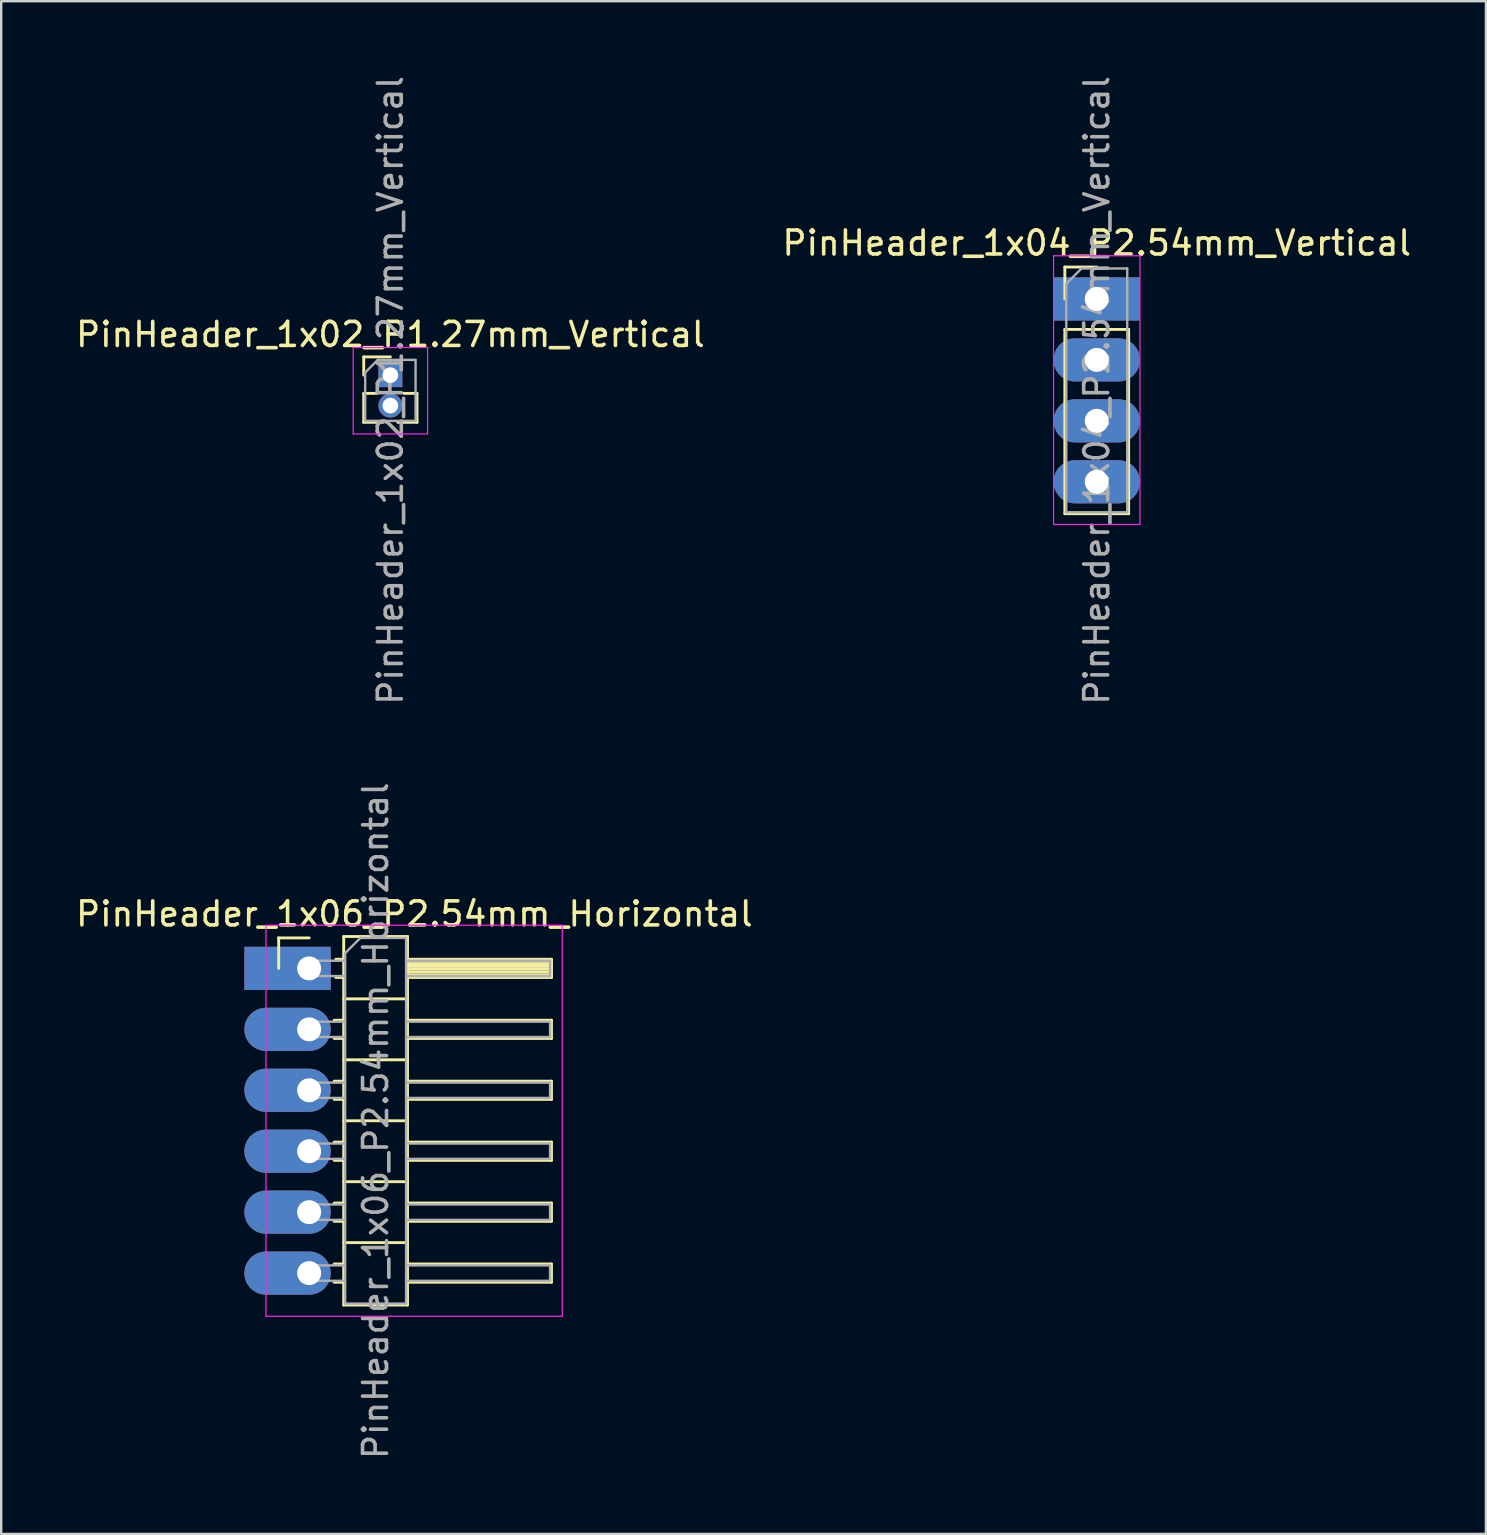
<source format=kicad_pcb>
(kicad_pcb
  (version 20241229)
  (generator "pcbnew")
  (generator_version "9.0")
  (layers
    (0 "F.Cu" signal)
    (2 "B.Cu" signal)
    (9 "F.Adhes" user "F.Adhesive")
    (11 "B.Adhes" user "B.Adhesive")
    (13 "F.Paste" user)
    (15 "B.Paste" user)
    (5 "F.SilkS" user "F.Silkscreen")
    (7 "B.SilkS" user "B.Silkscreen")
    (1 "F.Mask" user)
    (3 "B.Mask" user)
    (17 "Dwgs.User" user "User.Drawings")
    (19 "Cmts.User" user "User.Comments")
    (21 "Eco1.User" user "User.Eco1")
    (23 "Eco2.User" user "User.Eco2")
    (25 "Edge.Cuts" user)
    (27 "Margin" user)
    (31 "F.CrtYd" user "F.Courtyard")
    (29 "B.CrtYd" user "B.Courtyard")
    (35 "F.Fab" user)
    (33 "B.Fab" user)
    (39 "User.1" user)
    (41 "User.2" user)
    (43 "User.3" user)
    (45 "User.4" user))
  (footprint "PinHeader_1x02_P1.27mm_Vertical"
    (layer "F.Cu")
    (at 13.22 12.585)
    (property "Reference" "PinHeader_1x02_P1.27mm_Vertical" (at 0 -1.695 0) (layer "F.SilkS") (effects (font (size 1 1) (thickness 0.15))))
    (attr through_hole)
    (fp_line (start -1.11 -0.76) (end 0 -0.76) (stroke (width 0.12) (type solid)) (layer "F.SilkS"))
    (fp_line (start -1.11 0) (end -1.11 -0.76) (stroke (width 0.12) (type solid)) (layer "F.SilkS"))
    (fp_line (start -1.11 0.76) (end -1.11 1.965) (stroke (width 0.12) (type solid)) (layer "F.SilkS"))
    (fp_line (start -1.11 0.76) (end -0.563 0.76) (stroke (width 0.12) (type solid)) (layer "F.SilkS"))
    (fp_line (start -1.11 1.965) (end -0.308 1.965) (stroke (width 0.12) (type solid)) (layer "F.SilkS"))
    (fp_line (start 0.308 1.965) (end 1.11 1.965) (stroke (width 0.12) (type solid)) (layer "F.SilkS"))
    (fp_line (start 0.563 0.76) (end 1.11 0.76) (stroke (width 0.12) (type solid)) (layer "F.SilkS"))
    (fp_line (start 1.11 0.76) (end 1.11 1.965) (stroke (width 0.12) (type solid)) (layer "F.SilkS"))
    (fp_line (start -1.55 -1.15) (end -1.55 2.45) (stroke (width 0.05) (type solid)) (layer "F.CrtYd"))
    (fp_line (start -1.55 2.45) (end 1.55 2.45) (stroke (width 0.05) (type solid)) (layer "F.CrtYd"))
    (fp_line (start 1.55 -1.15) (end -1.55 -1.15) (stroke (width 0.05) (type solid)) (layer "F.CrtYd"))
    (fp_line (start 1.55 2.45) (end 1.55 -1.15) (stroke (width 0.05) (type solid)) (layer "F.CrtYd"))
    (fp_line (start -1.05 -0.11) (end -0.525 -0.635) (stroke (width 0.1) (type solid)) (layer "F.Fab"))
    (fp_line (start -1.05 1.905) (end -1.05 -0.11) (stroke (width 0.1) (type solid)) (layer "F.Fab"))
    (fp_line (start -0.525 -0.635) (end 1.05 -0.635) (stroke (width 0.1) (type solid)) (layer "F.Fab"))
    (fp_line (start 1.05 -0.635) (end 1.05 1.905) (stroke (width 0.1) (type solid)) (layer "F.Fab"))
    (fp_line (start 1.05 1.905) (end -1.05 1.905) (stroke (width 0.1) (type solid)) (layer "F.Fab"))
    (fp_text user "${REFERENCE}" (at 0 0.635 90) (layer "F.Fab") (effects (font (size 1 1) (thickness 0.15))))
    (pad "1" thru_hole rect (at 0 0) (size 1 1) (drill 0.65) (layers "*.Cu" "*.Mask"))
    (pad "2" thru_hole oval (at 0 1.27) (size 1 1) (drill 0.65) (layers "*.Cu" "*.Mask")))
  (footprint "PinHeader_1x04_P2.54mm_Vertical"
    (layer "F.Cu")
    (at 42.661 9.41)
    (property "Reference" "PinHeader_1x04_P2.54mm_Vertical" (at 0 -2.33 0) (layer "F.SilkS") (effects (font (size 1 1) (thickness 0.15))))
    (attr through_hole)
    (fp_line (start -1.33 -1.33) (end 0 -1.33) (stroke (width 0.12) (type solid)) (layer "F.SilkS"))
    (fp_line (start -1.33 0) (end -1.33 -1.33) (stroke (width 0.12) (type solid)) (layer "F.SilkS"))
    (fp_line (start -1.33 1.27) (end -1.33 8.95) (stroke (width 0.12) (type solid)) (layer "F.SilkS"))
    (fp_line (start -1.33 1.27) (end 1.33 1.27) (stroke (width 0.12) (type solid)) (layer "F.SilkS"))
    (fp_line (start -1.33 8.95) (end 1.33 8.95) (stroke (width 0.12) (type solid)) (layer "F.SilkS"))
    (fp_line (start 1.33 1.27) (end 1.33 8.95) (stroke (width 0.12) (type solid)) (layer "F.SilkS"))
    (fp_line (start -1.8 -1.8) (end -1.8 9.4) (stroke (width 0.05) (type solid)) (layer "F.CrtYd"))
    (fp_line (start -1.8 9.4) (end 1.8 9.4) (stroke (width 0.05) (type solid)) (layer "F.CrtYd"))
    (fp_line (start 1.8 -1.8) (end -1.8 -1.8) (stroke (width 0.05) (type solid)) (layer "F.CrtYd"))
    (fp_line (start 1.8 9.4) (end 1.8 -1.8) (stroke (width 0.05) (type solid)) (layer "F.CrtYd"))
    (fp_line (start -1.27 -0.635) (end -0.635 -1.27) (stroke (width 0.1) (type solid)) (layer "F.Fab"))
    (fp_line (start -1.27 8.89) (end -1.27 -0.635) (stroke (width 0.1) (type solid)) (layer "F.Fab"))
    (fp_line (start -0.635 -1.27) (end 1.27 -1.27) (stroke (width 0.1) (type solid)) (layer "F.Fab"))
    (fp_line (start 1.27 -1.27) (end 1.27 8.89) (stroke (width 0.1) (type solid)) (layer "F.Fab"))
    (fp_line (start 1.27 8.89) (end -1.27 8.89) (stroke (width 0.1) (type solid)) (layer "F.Fab"))
    (fp_text user "${REFERENCE}" (at 0 3.81 90) (layer "F.Fab") (effects (font (size 1 1) (thickness 0.15))))
    (pad "1" thru_hole rect (at 0 0) (size 3.6 1.8) (drill 1) (layers "*.Cu" "*.Mask"))
    (pad "2" thru_hole oval (at 0 2.54) (size 3.6 1.8) (drill 1) (layers "*.Cu" "*.Mask"))
    (pad "3" thru_hole oval (at 0 5.08) (size 3.6 1.8) (drill 1) (layers "*.Cu" "*.Mask"))
    (pad "4" thru_hole oval (at 0 7.62) (size 3.6 1.8) (drill 1) (layers "*.Cu" "*.Mask")))
  (footprint "PinHeader_1x06_P2.54mm_Horizontal"
    (layer "F.Cu")
    (at 9.835 37.311)
    (property "Reference" "PinHeader_1x06_P2.54mm_Horizontal" (at 4.385 -2.27 0) (layer "F.SilkS") (effects (font (size 1 1) (thickness 0.15))))
    (attr through_hole)
    (fp_line (start -1.27 -1.27) (end 0 -1.27) (stroke (width 0.12) (type solid)) (layer "F.SilkS"))
    (fp_line (start -1.27 0) (end -1.27 -1.27) (stroke (width 0.12) (type solid)) (layer "F.SilkS"))
    (fp_line (start 1.043 2.16) (end 1.44 2.16) (stroke (width 0.12) (type solid)) (layer "F.SilkS"))
    (fp_line (start 1.043 2.92) (end 1.44 2.92) (stroke (width 0.12) (type solid)) (layer "F.SilkS"))
    (fp_line (start 1.043 4.7) (end 1.44 4.7) (stroke (width 0.12) (type solid)) (layer "F.SilkS"))
    (fp_line (start 1.043 5.46) (end 1.44 5.46) (stroke (width 0.12) (type solid)) (layer "F.SilkS"))
    (fp_line (start 1.043 7.24) (end 1.44 7.24) (stroke (width 0.12) (type solid)) (layer "F.SilkS"))
    (fp_line (start 1.043 8) (end 1.44 8) (stroke (width 0.12) (type solid)) (layer "F.SilkS"))
    (fp_line (start 1.043 9.78) (end 1.44 9.78) (stroke (width 0.12) (type solid)) (layer "F.SilkS"))
    (fp_line (start 1.043 10.54) (end 1.44 10.54) (stroke (width 0.12) (type solid)) (layer "F.SilkS"))
    (fp_line (start 1.043 12.32) (end 1.44 12.32) (stroke (width 0.12) (type solid)) (layer "F.SilkS"))
    (fp_line (start 1.043 13.08) (end 1.44 13.08) (stroke (width 0.12) (type solid)) (layer "F.SilkS"))
    (fp_line (start 1.11 -0.38) (end 1.44 -0.38) (stroke (width 0.12) (type solid)) (layer "F.SilkS"))
    (fp_line (start 1.11 0.38) (end 1.44 0.38) (stroke (width 0.12) (type solid)) (layer "F.SilkS"))
    (fp_line (start 1.44 -1.33) (end 1.44 14.03) (stroke (width 0.12) (type solid)) (layer "F.SilkS"))
    (fp_line (start 1.44 1.27) (end 4.1 1.27) (stroke (width 0.12) (type solid)) (layer "F.SilkS"))
    (fp_line (start 1.44 3.81) (end 4.1 3.81) (stroke (width 0.12) (type solid)) (layer "F.SilkS"))
    (fp_line (start 1.44 6.35) (end 4.1 6.35) (stroke (width 0.12) (type solid)) (layer "F.SilkS"))
    (fp_line (start 1.44 8.89) (end 4.1 8.89) (stroke (width 0.12) (type solid)) (layer "F.SilkS"))
    (fp_line (start 1.44 11.43) (end 4.1 11.43) (stroke (width 0.12) (type solid)) (layer "F.SilkS"))
    (fp_line (start 1.44 14.03) (end 4.1 14.03) (stroke (width 0.12) (type solid)) (layer "F.SilkS"))
    (fp_line (start 4.1 -1.33) (end 1.44 -1.33) (stroke (width 0.12) (type solid)) (layer "F.SilkS"))
    (fp_line (start 4.1 -0.38) (end 10.1 -0.38) (stroke (width 0.12) (type solid)) (layer "F.SilkS"))
    (fp_line (start 4.1 -0.32) (end 10.1 -0.32) (stroke (width 0.12) (type solid)) (layer "F.SilkS"))
    (fp_line (start 4.1 -0.2) (end 10.1 -0.2) (stroke (width 0.12) (type solid)) (layer "F.SilkS"))
    (fp_line (start 4.1 -0.08) (end 10.1 -0.08) (stroke (width 0.12) (type solid)) (layer "F.SilkS"))
    (fp_line (start 4.1 0.04) (end 10.1 0.04) (stroke (width 0.12) (type solid)) (layer "F.SilkS"))
    (fp_line (start 4.1 0.16) (end 10.1 0.16) (stroke (width 0.12) (type solid)) (layer "F.SilkS"))
    (fp_line (start 4.1 0.28) (end 10.1 0.28) (stroke (width 0.12) (type solid)) (layer "F.SilkS"))
    (fp_line (start 4.1 2.16) (end 10.1 2.16) (stroke (width 0.12) (type solid)) (layer "F.SilkS"))
    (fp_line (start 4.1 4.7) (end 10.1 4.7) (stroke (width 0.12) (type solid)) (layer "F.SilkS"))
    (fp_line (start 4.1 7.24) (end 10.1 7.24) (stroke (width 0.12) (type solid)) (layer "F.SilkS"))
    (fp_line (start 4.1 9.78) (end 10.1 9.78) (stroke (width 0.12) (type solid)) (layer "F.SilkS"))
    (fp_line (start 4.1 12.32) (end 10.1 12.32) (stroke (width 0.12) (type solid)) (layer "F.SilkS"))
    (fp_line (start 4.1 14.03) (end 4.1 -1.33) (stroke (width 0.12) (type solid)) (layer "F.SilkS"))
    (fp_line (start 10.1 -0.38) (end 10.1 0.38) (stroke (width 0.12) (type solid)) (layer "F.SilkS"))
    (fp_line (start 10.1 0.38) (end 4.1 0.38) (stroke (width 0.12) (type solid)) (layer "F.SilkS"))
    (fp_line (start 10.1 2.16) (end 10.1 2.92) (stroke (width 0.12) (type solid)) (layer "F.SilkS"))
    (fp_line (start 10.1 2.92) (end 4.1 2.92) (stroke (width 0.12) (type solid)) (layer "F.SilkS"))
    (fp_line (start 10.1 4.7) (end 10.1 5.46) (stroke (width 0.12) (type solid)) (layer "F.SilkS"))
    (fp_line (start 10.1 5.46) (end 4.1 5.46) (stroke (width 0.12) (type solid)) (layer "F.SilkS"))
    (fp_line (start 10.1 7.24) (end 10.1 8) (stroke (width 0.12) (type solid)) (layer "F.SilkS"))
    (fp_line (start 10.1 8) (end 4.1 8) (stroke (width 0.12) (type solid)) (layer "F.SilkS"))
    (fp_line (start 10.1 9.78) (end 10.1 10.54) (stroke (width 0.12) (type solid)) (layer "F.SilkS"))
    (fp_line (start 10.1 10.54) (end 4.1 10.54) (stroke (width 0.12) (type solid)) (layer "F.SilkS"))
    (fp_line (start 10.1 12.32) (end 10.1 13.08) (stroke (width 0.12) (type solid)) (layer "F.SilkS"))
    (fp_line (start 10.1 13.08) (end 4.1 13.08) (stroke (width 0.12) (type solid)) (layer "F.SilkS"))
    (fp_line (start -1.8 -1.8) (end -1.8 14.5) (stroke (width 0.05) (type solid)) (layer "F.CrtYd"))
    (fp_line (start -1.8 14.5) (end 10.55 14.5) (stroke (width 0.05) (type solid)) (layer "F.CrtYd"))
    (fp_line (start 10.55 -1.8) (end -1.8 -1.8) (stroke (width 0.05) (type solid)) (layer "F.CrtYd"))
    (fp_line (start 10.55 14.5) (end 10.55 -1.8) (stroke (width 0.05) (type solid)) (layer "F.CrtYd"))
    (fp_line (start -0.32 -0.32) (end -0.32 0.32) (stroke (width 0.1) (type solid)) (layer "F.Fab"))
    (fp_line (start -0.32 -0.32) (end 1.5 -0.32) (stroke (width 0.1) (type solid)) (layer "F.Fab"))
    (fp_line (start -0.32 0.32) (end 1.5 0.32) (stroke (width 0.1) (type solid)) (layer "F.Fab"))
    (fp_line (start -0.32 2.22) (end -0.32 2.86) (stroke (width 0.1) (type solid)) (layer "F.Fab"))
    (fp_line (start -0.32 2.22) (end 1.5 2.22) (stroke (width 0.1) (type solid)) (layer "F.Fab"))
    (fp_line (start -0.32 2.86) (end 1.5 2.86) (stroke (width 0.1) (type solid)) (layer "F.Fab"))
    (fp_line (start -0.32 4.76) (end -0.32 5.4) (stroke (width 0.1) (type solid)) (layer "F.Fab"))
    (fp_line (start -0.32 4.76) (end 1.5 4.76) (stroke (width 0.1) (type solid)) (layer "F.Fab"))
    (fp_line (start -0.32 5.4) (end 1.5 5.4) (stroke (width 0.1) (type solid)) (layer "F.Fab"))
    (fp_line (start -0.32 7.3) (end -0.32 7.94) (stroke (width 0.1) (type solid)) (layer "F.Fab"))
    (fp_line (start -0.32 7.3) (end 1.5 7.3) (stroke (width 0.1) (type solid)) (layer "F.Fab"))
    (fp_line (start -0.32 7.94) (end 1.5 7.94) (stroke (width 0.1) (type solid)) (layer "F.Fab"))
    (fp_line (start -0.32 9.84) (end -0.32 10.48) (stroke (width 0.1) (type solid)) (layer "F.Fab"))
    (fp_line (start -0.32 9.84) (end 1.5 9.84) (stroke (width 0.1) (type solid)) (layer "F.Fab"))
    (fp_line (start -0.32 10.48) (end 1.5 10.48) (stroke (width 0.1) (type solid)) (layer "F.Fab"))
    (fp_line (start -0.32 12.38) (end -0.32 13.02) (stroke (width 0.1) (type solid)) (layer "F.Fab"))
    (fp_line (start -0.32 12.38) (end 1.5 12.38) (stroke (width 0.1) (type solid)) (layer "F.Fab"))
    (fp_line (start -0.32 13.02) (end 1.5 13.02) (stroke (width 0.1) (type solid)) (layer "F.Fab"))
    (fp_line (start 1.5 -0.635) (end 2.135 -1.27) (stroke (width 0.1) (type solid)) (layer "F.Fab"))
    (fp_line (start 1.5 13.97) (end 1.5 -0.635) (stroke (width 0.1) (type solid)) (layer "F.Fab"))
    (fp_line (start 2.135 -1.27) (end 4.04 -1.27) (stroke (width 0.1) (type solid)) (layer "F.Fab"))
    (fp_line (start 4.04 -1.27) (end 4.04 13.97) (stroke (width 0.1) (type solid)) (layer "F.Fab"))
    (fp_line (start 4.04 -0.32) (end 10.04 -0.32) (stroke (width 0.1) (type solid)) (layer "F.Fab"))
    (fp_line (start 4.04 0.32) (end 10.04 0.32) (stroke (width 0.1) (type solid)) (layer "F.Fab"))
    (fp_line (start 4.04 2.22) (end 10.04 2.22) (stroke (width 0.1) (type solid)) (layer "F.Fab"))
    (fp_line (start 4.04 2.86) (end 10.04 2.86) (stroke (width 0.1) (type solid)) (layer "F.Fab"))
    (fp_line (start 4.04 4.76) (end 10.04 4.76) (stroke (width 0.1) (type solid)) (layer "F.Fab"))
    (fp_line (start 4.04 5.4) (end 10.04 5.4) (stroke (width 0.1) (type solid)) (layer "F.Fab"))
    (fp_line (start 4.04 7.3) (end 10.04 7.3) (stroke (width 0.1) (type solid)) (layer "F.Fab"))
    (fp_line (start 4.04 7.94) (end 10.04 7.94) (stroke (width 0.1) (type solid)) (layer "F.Fab"))
    (fp_line (start 4.04 9.84) (end 10.04 9.84) (stroke (width 0.1) (type solid)) (layer "F.Fab"))
    (fp_line (start 4.04 10.48) (end 10.04 10.48) (stroke (width 0.1) (type solid)) (layer "F.Fab"))
    (fp_line (start 4.04 12.38) (end 10.04 12.38) (stroke (width 0.1) (type solid)) (layer "F.Fab"))
    (fp_line (start 4.04 13.02) (end 10.04 13.02) (stroke (width 0.1) (type solid)) (layer "F.Fab"))
    (fp_line (start 4.04 13.97) (end 1.5 13.97) (stroke (width 0.1) (type solid)) (layer "F.Fab"))
    (fp_line (start 10.04 -0.32) (end 10.04 0.32) (stroke (width 0.1) (type solid)) (layer "F.Fab"))
    (fp_line (start 10.04 2.22) (end 10.04 2.86) (stroke (width 0.1) (type solid)) (layer "F.Fab"))
    (fp_line (start 10.04 4.76) (end 10.04 5.4) (stroke (width 0.1) (type solid)) (layer "F.Fab"))
    (fp_line (start 10.04 7.3) (end 10.04 7.94) (stroke (width 0.1) (type solid)) (layer "F.Fab"))
    (fp_line (start 10.04 9.84) (end 10.04 10.48) (stroke (width 0.1) (type solid)) (layer "F.Fab"))
    (fp_line (start 10.04 12.38) (end 10.04 13.02) (stroke (width 0.1) (type solid)) (layer "F.Fab"))
    (fp_text user "${REFERENCE}" (at 2.77 6.35 90) (layer "F.Fab") (effects (font (size 1 1) (thickness 0.15))))
    (pad "1" thru_hole rect (at 0 0) (size 3.6 1.8) (drill 1 (offset -0.9 0)) (layers "*.Cu" "*.Mask"))
    (pad "2" thru_hole oval (at 0 2.54) (size 3.6 1.8) (drill 1 (offset -0.9 0)) (layers "*.Cu" "*.Mask"))
    (pad "3" thru_hole oval (at 0 5.08) (size 3.6 1.8) (drill 1 (offset -0.9 0)) (layers "*.Cu" "*.Mask"))
    (pad "4" thru_hole oval (at 0 7.62) (size 3.6 1.8) (drill 1 (offset -0.9 0)) (layers "*.Cu" "*.Mask"))
    (pad "5" thru_hole oval (at 0 10.16) (size 3.6 1.8) (drill 1 (offset -0.9 0)) (layers "*.Cu" "*.Mask"))
    (pad "6" thru_hole oval (at 0 12.7) (size 3.6 1.8) (drill 1 (offset -0.9 0)) (layers "*.Cu" "*.Mask")))
  (gr_rect
    (start -3 -3)
    (end 58.881 60.881)
    (stroke (width 0.1) (type default))
    (fill no)
    (layer "Edge.Cuts")))
</source>
